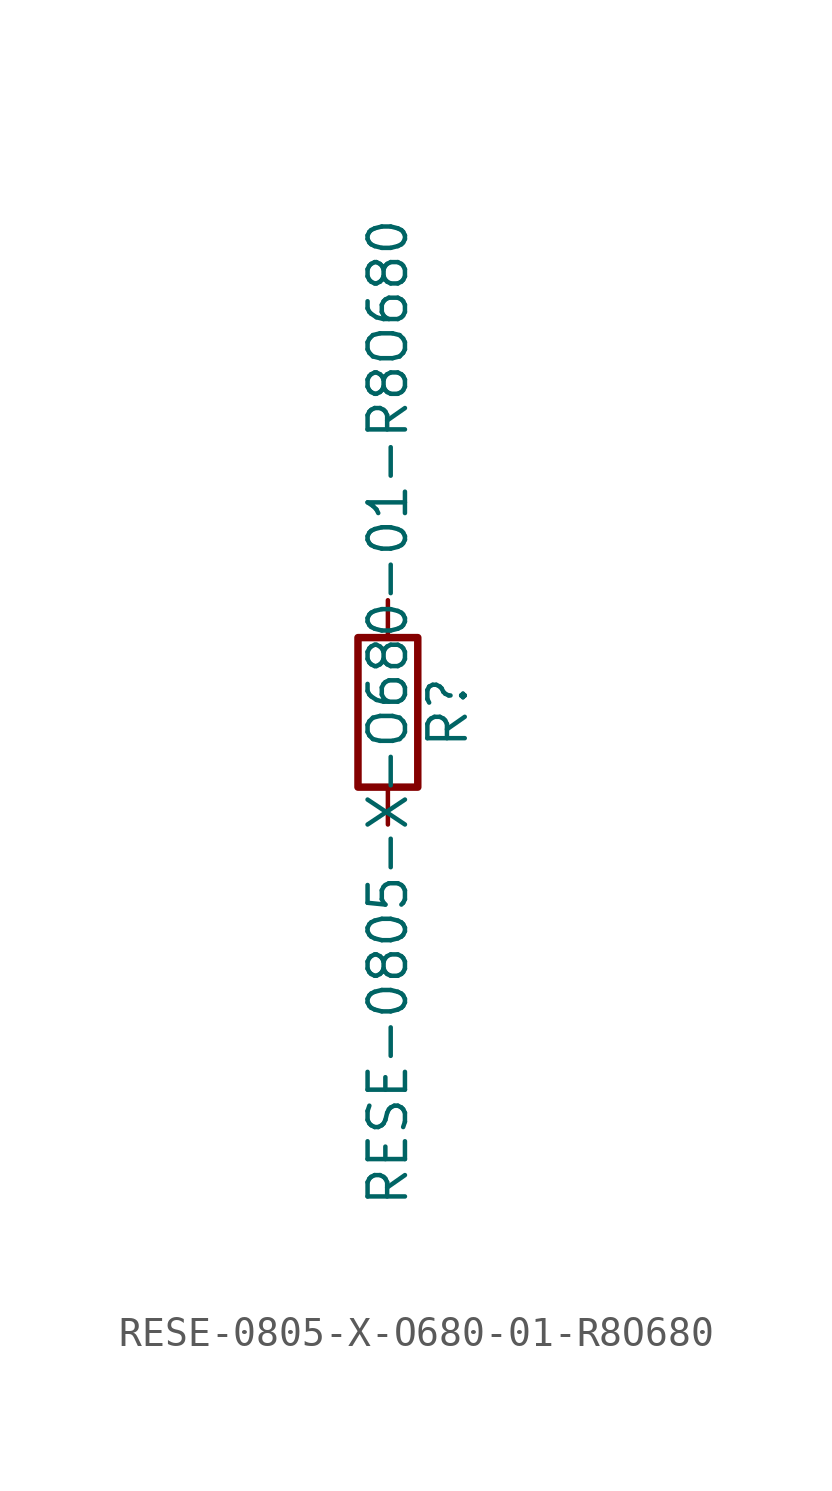
<source format=kicad_sym>
(kicad_symbol_lib
  (version 20211014)
  (generator kicad_symbol_editor)
  (symbol "RESE-0805-X-O680-01-R8O680"
    (pin_numbers hide)
    (pin_names
      (offset 0))
    (property "Reference" "R"
      (at 2.032 0 90)
      (effects (font (size 1.27 1.27))))
    (property "Value" "RESE-0805-X-O680-01-R8O680"
      (at 0 0 90)
      (effects (font (size 1.27 1.27))))
    (symbol "RESE-0805-X-O680-01-R8O680_0_1"
      (rectangle (start -1.016 -2.54) (end 1.016 2.54) (stroke (width 0.254) (type default) (color 0 0 0 0)) (fill (type none))))
    (symbol "RESE-0805-X-O680-01-R8O680_1_1"
      (pin passive line (at 0 3.81 270) (length 1.27) (name "~" (effects (font (size 1.27 1.27)))) (number "1" (effects (font (size 1.27 1.27)))))
      (pin passive line (at 0 -3.81 90) (length 1.27) (name "~" (effects (font (size 1.27 1.27)))) (number "2" (effects (font (size 1.27 1.27))))))))
</source>
